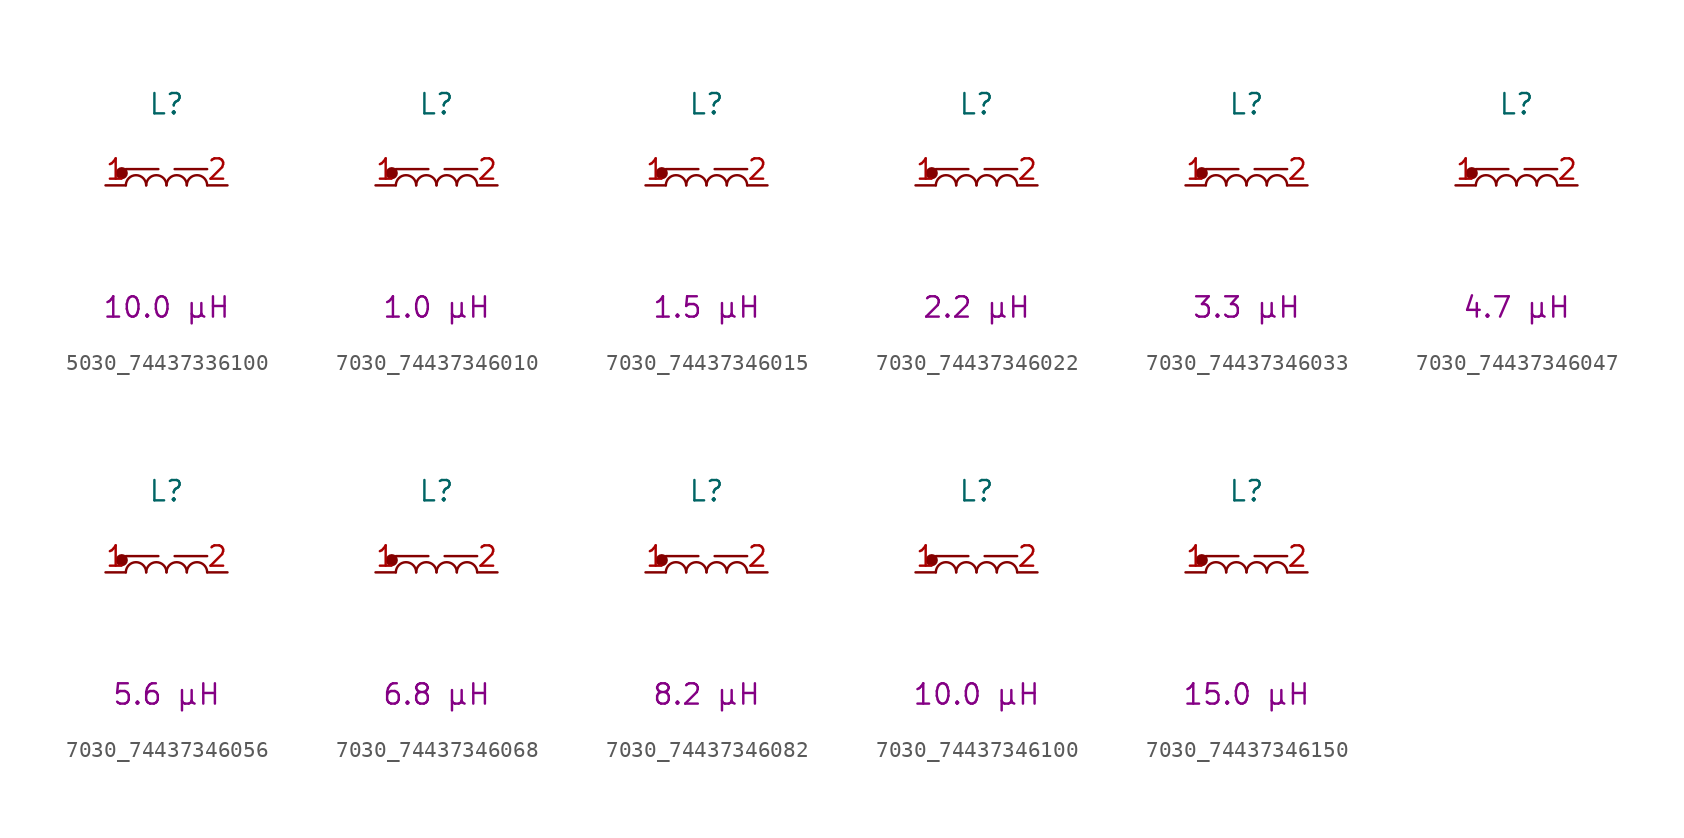
<source format=kicad_sym>
(kicad_symbol_lib
  (version 20220914)
  (generator kicad_symbol_editor)
  (symbol "5030_74437336100"
    (pin_names hide)
    (property "Reference" "L"
      (at 0 5.08 0)
      (effects (font (size 1.27 1.27))))
    (property "Critical Parameter" "10.0 µH"
      (at 0 -7.62 0)
      (effects (font (size 1.27 1.27))))
    (symbol "5030_74437336100_0_1"
      (arc (start -1.27 0) (mid -1.905 0.6323) (end -2.54 0) (stroke (width 0) (type default)) (fill (type none)))
      (arc (start 0 0) (mid -0.635 0.6323) (end -1.27 0) (stroke (width 0) (type default)) (fill (type none)))
      (polyline (pts (xy -2.54 1.016) (xy -0.508 1.016)) (stroke (width 0) (type default)) (fill (type none)))
      (arc (start 1.27 0) (mid 0.635 0.6323) (end 0 0) (stroke (width 0) (type default)) (fill (type none)))
      (arc (start 2.54 0) (mid 1.905 0.6323) (end 1.27 0) (stroke (width 0) (type default)) (fill (type none))))
    (symbol "5030_74437336100_1_1"
      (circle (center -2.794 0.762) (radius 0.0001) (stroke (width 0.381) (type default)) (fill (type none)))
      (polyline (pts (xy 2.54 1.016) (xy 0.508 1.016)) (stroke (width 0) (type default)) (fill (type none)))
      (pin passive line (at -3.81 0 0) (length 1.27) (name "1" (effects (font (size 1.27 1.27)))) (number "1" (effects (font (size 1.27 1.27)))))
      (pin passive line (at 3.81 0 180) (length 1.27) (name "2" (effects (font (size 1.27 1.27)))) (number "2" (effects (font (size 1.27 1.27)))))))
  (symbol "7030_74437346010"
    (pin_names hide)
    (property "Reference" "L"
      (at 0 5.08 0)
      (effects (font (size 1.27 1.27))))
    (property "Critical Parameter" "1.0 µH"
      (at 0 -7.62 0)
      (effects (font (size 1.27 1.27))))
    (symbol "7030_74437346010_0_1"
      (arc (start -1.27 0) (mid -1.905 0.6323) (end -2.54 0) (stroke (width 0) (type default)) (fill (type none)))
      (arc (start 0 0) (mid -0.635 0.6323) (end -1.27 0) (stroke (width 0) (type default)) (fill (type none)))
      (polyline (pts (xy -2.54 1.016) (xy -0.508 1.016)) (stroke (width 0) (type default)) (fill (type none)))
      (arc (start 1.27 0) (mid 0.635 0.6323) (end 0 0) (stroke (width 0) (type default)) (fill (type none)))
      (arc (start 2.54 0) (mid 1.905 0.6323) (end 1.27 0) (stroke (width 0) (type default)) (fill (type none))))
    (symbol "7030_74437346010_1_1"
      (circle (center -2.794 0.762) (radius 0.0001) (stroke (width 0.381) (type default)) (fill (type none)))
      (polyline (pts (xy 2.54 1.016) (xy 0.508 1.016)) (stroke (width 0) (type default)) (fill (type none)))
      (pin passive line (at -3.81 0 0) (length 1.27) (name "1" (effects (font (size 1.27 1.27)))) (number "1" (effects (font (size 1.27 1.27)))))
      (pin passive line (at 3.81 0 180) (length 1.27) (name "2" (effects (font (size 1.27 1.27)))) (number "2" (effects (font (size 1.27 1.27)))))))
  (symbol "7030_74437346015"
    (pin_names hide)
    (property "Reference" "L"
      (at 0 5.08 0)
      (effects (font (size 1.27 1.27))))
    (property "Critical Parameter" "1.5 µH"
      (at 0 -7.62 0)
      (effects (font (size 1.27 1.27))))
    (symbol "7030_74437346015_0_1"
      (arc (start -1.27 0) (mid -1.905 0.6323) (end -2.54 0) (stroke (width 0) (type default)) (fill (type none)))
      (arc (start 0 0) (mid -0.635 0.6323) (end -1.27 0) (stroke (width 0) (type default)) (fill (type none)))
      (polyline (pts (xy -2.54 1.016) (xy -0.508 1.016)) (stroke (width 0) (type default)) (fill (type none)))
      (arc (start 1.27 0) (mid 0.635 0.6323) (end 0 0) (stroke (width 0) (type default)) (fill (type none)))
      (arc (start 2.54 0) (mid 1.905 0.6323) (end 1.27 0) (stroke (width 0) (type default)) (fill (type none))))
    (symbol "7030_74437346015_1_1"
      (circle (center -2.794 0.762) (radius 0.0001) (stroke (width 0.381) (type default)) (fill (type none)))
      (polyline (pts (xy 2.54 1.016) (xy 0.508 1.016)) (stroke (width 0) (type default)) (fill (type none)))
      (pin passive line (at -3.81 0 0) (length 1.27) (name "1" (effects (font (size 1.27 1.27)))) (number "1" (effects (font (size 1.27 1.27)))))
      (pin passive line (at 3.81 0 180) (length 1.27) (name "2" (effects (font (size 1.27 1.27)))) (number "2" (effects (font (size 1.27 1.27)))))))
  (symbol "7030_74437346022"
    (pin_names hide)
    (property "Reference" "L"
      (at 0 5.08 0)
      (effects (font (size 1.27 1.27))))
    (property "Critical Parameter" "2.2 µH"
      (at 0 -7.62 0)
      (effects (font (size 1.27 1.27))))
    (symbol "7030_74437346022_0_1"
      (arc (start -1.27 0) (mid -1.905 0.6323) (end -2.54 0) (stroke (width 0) (type default)) (fill (type none)))
      (arc (start 0 0) (mid -0.635 0.6323) (end -1.27 0) (stroke (width 0) (type default)) (fill (type none)))
      (polyline (pts (xy -2.54 1.016) (xy -0.508 1.016)) (stroke (width 0) (type default)) (fill (type none)))
      (arc (start 1.27 0) (mid 0.635 0.6323) (end 0 0) (stroke (width 0) (type default)) (fill (type none)))
      (arc (start 2.54 0) (mid 1.905 0.6323) (end 1.27 0) (stroke (width 0) (type default)) (fill (type none))))
    (symbol "7030_74437346022_1_1"
      (circle (center -2.794 0.762) (radius 0.0001) (stroke (width 0.381) (type default)) (fill (type none)))
      (polyline (pts (xy 2.54 1.016) (xy 0.508 1.016)) (stroke (width 0) (type default)) (fill (type none)))
      (pin passive line (at -3.81 0 0) (length 1.27) (name "1" (effects (font (size 1.27 1.27)))) (number "1" (effects (font (size 1.27 1.27)))))
      (pin passive line (at 3.81 0 180) (length 1.27) (name "2" (effects (font (size 1.27 1.27)))) (number "2" (effects (font (size 1.27 1.27)))))))
  (symbol "7030_74437346033"
    (pin_names hide)
    (property "Reference" "L"
      (at 0 5.08 0)
      (effects (font (size 1.27 1.27))))
    (property "Critical Parameter" "3.3 µH"
      (at 0 -7.62 0)
      (effects (font (size 1.27 1.27))))
    (symbol "7030_74437346033_0_1"
      (arc (start -1.27 0) (mid -1.905 0.6323) (end -2.54 0) (stroke (width 0) (type default)) (fill (type none)))
      (arc (start 0 0) (mid -0.635 0.6323) (end -1.27 0) (stroke (width 0) (type default)) (fill (type none)))
      (polyline (pts (xy -2.54 1.016) (xy -0.508 1.016)) (stroke (width 0) (type default)) (fill (type none)))
      (arc (start 1.27 0) (mid 0.635 0.6323) (end 0 0) (stroke (width 0) (type default)) (fill (type none)))
      (arc (start 2.54 0) (mid 1.905 0.6323) (end 1.27 0) (stroke (width 0) (type default)) (fill (type none))))
    (symbol "7030_74437346033_1_1"
      (circle (center -2.794 0.762) (radius 0.0001) (stroke (width 0.381) (type default)) (fill (type none)))
      (polyline (pts (xy 2.54 1.016) (xy 0.508 1.016)) (stroke (width 0) (type default)) (fill (type none)))
      (pin passive line (at -3.81 0 0) (length 1.27) (name "1" (effects (font (size 1.27 1.27)))) (number "1" (effects (font (size 1.27 1.27)))))
      (pin passive line (at 3.81 0 180) (length 1.27) (name "2" (effects (font (size 1.27 1.27)))) (number "2" (effects (font (size 1.27 1.27)))))))
  (symbol "7030_74437346047"
    (pin_names hide)
    (property "Reference" "L"
      (at 0 5.08 0)
      (effects (font (size 1.27 1.27))))
    (property "Critical Parameter" "4.7 µH"
      (at 0 -7.62 0)
      (effects (font (size 1.27 1.27))))
    (symbol "7030_74437346047_0_1"
      (arc (start -1.27 0) (mid -1.905 0.6323) (end -2.54 0) (stroke (width 0) (type default)) (fill (type none)))
      (arc (start 0 0) (mid -0.635 0.6323) (end -1.27 0) (stroke (width 0) (type default)) (fill (type none)))
      (polyline (pts (xy -2.54 1.016) (xy -0.508 1.016)) (stroke (width 0) (type default)) (fill (type none)))
      (arc (start 1.27 0) (mid 0.635 0.6323) (end 0 0) (stroke (width 0) (type default)) (fill (type none)))
      (arc (start 2.54 0) (mid 1.905 0.6323) (end 1.27 0) (stroke (width 0) (type default)) (fill (type none))))
    (symbol "7030_74437346047_1_1"
      (circle (center -2.794 0.762) (radius 0.0001) (stroke (width 0.381) (type default)) (fill (type none)))
      (polyline (pts (xy 2.54 1.016) (xy 0.508 1.016)) (stroke (width 0) (type default)) (fill (type none)))
      (pin passive line (at -3.81 0 0) (length 1.27) (name "1" (effects (font (size 1.27 1.27)))) (number "1" (effects (font (size 1.27 1.27)))))
      (pin passive line (at 3.81 0 180) (length 1.27) (name "2" (effects (font (size 1.27 1.27)))) (number "2" (effects (font (size 1.27 1.27)))))))
  (symbol "7030_74437346056"
    (pin_names hide)
    (property "Reference" "L"
      (at 0 5.08 0)
      (effects (font (size 1.27 1.27))))
    (property "Critical Parameter" "5.6 µH"
      (at 0 -7.62 0)
      (effects (font (size 1.27 1.27))))
    (symbol "7030_74437346056_0_1"
      (arc (start -1.27 0) (mid -1.905 0.6323) (end -2.54 0) (stroke (width 0) (type default)) (fill (type none)))
      (arc (start 0 0) (mid -0.635 0.6323) (end -1.27 0) (stroke (width 0) (type default)) (fill (type none)))
      (polyline (pts (xy -2.54 1.016) (xy -0.508 1.016)) (stroke (width 0) (type default)) (fill (type none)))
      (arc (start 1.27 0) (mid 0.635 0.6323) (end 0 0) (stroke (width 0) (type default)) (fill (type none)))
      (arc (start 2.54 0) (mid 1.905 0.6323) (end 1.27 0) (stroke (width 0) (type default)) (fill (type none))))
    (symbol "7030_74437346056_1_1"
      (circle (center -2.794 0.762) (radius 0.0001) (stroke (width 0.381) (type default)) (fill (type none)))
      (polyline (pts (xy 2.54 1.016) (xy 0.508 1.016)) (stroke (width 0) (type default)) (fill (type none)))
      (pin passive line (at -3.81 0 0) (length 1.27) (name "1" (effects (font (size 1.27 1.27)))) (number "1" (effects (font (size 1.27 1.27)))))
      (pin passive line (at 3.81 0 180) (length 1.27) (name "2" (effects (font (size 1.27 1.27)))) (number "2" (effects (font (size 1.27 1.27)))))))
  (symbol "7030_74437346068"
    (pin_names hide)
    (property "Reference" "L"
      (at 0 5.08 0)
      (effects (font (size 1.27 1.27))))
    (property "Critical Parameter" "6.8 µH"
      (at 0 -7.62 0)
      (effects (font (size 1.27 1.27))))
    (symbol "7030_74437346068_0_1"
      (arc (start -1.27 0) (mid -1.905 0.6323) (end -2.54 0) (stroke (width 0) (type default)) (fill (type none)))
      (arc (start 0 0) (mid -0.635 0.6323) (end -1.27 0) (stroke (width 0) (type default)) (fill (type none)))
      (polyline (pts (xy -2.54 1.016) (xy -0.508 1.016)) (stroke (width 0) (type default)) (fill (type none)))
      (arc (start 1.27 0) (mid 0.635 0.6323) (end 0 0) (stroke (width 0) (type default)) (fill (type none)))
      (arc (start 2.54 0) (mid 1.905 0.6323) (end 1.27 0) (stroke (width 0) (type default)) (fill (type none))))
    (symbol "7030_74437346068_1_1"
      (circle (center -2.794 0.762) (radius 0.0001) (stroke (width 0.381) (type default)) (fill (type none)))
      (polyline (pts (xy 2.54 1.016) (xy 0.508 1.016)) (stroke (width 0) (type default)) (fill (type none)))
      (pin passive line (at -3.81 0 0) (length 1.27) (name "1" (effects (font (size 1.27 1.27)))) (number "1" (effects (font (size 1.27 1.27)))))
      (pin passive line (at 3.81 0 180) (length 1.27) (name "2" (effects (font (size 1.27 1.27)))) (number "2" (effects (font (size 1.27 1.27)))))))
  (symbol "7030_74437346082"
    (pin_names hide)
    (property "Reference" "L"
      (at 0 5.08 0)
      (effects (font (size 1.27 1.27))))
    (property "Critical Parameter" "8.2 µH"
      (at 0 -7.62 0)
      (effects (font (size 1.27 1.27))))
    (symbol "7030_74437346082_0_1"
      (arc (start -1.27 0) (mid -1.905 0.6323) (end -2.54 0) (stroke (width 0) (type default)) (fill (type none)))
      (arc (start 0 0) (mid -0.635 0.6323) (end -1.27 0) (stroke (width 0) (type default)) (fill (type none)))
      (polyline (pts (xy -2.54 1.016) (xy -0.508 1.016)) (stroke (width 0) (type default)) (fill (type none)))
      (arc (start 1.27 0) (mid 0.635 0.6323) (end 0 0) (stroke (width 0) (type default)) (fill (type none)))
      (arc (start 2.54 0) (mid 1.905 0.6323) (end 1.27 0) (stroke (width 0) (type default)) (fill (type none))))
    (symbol "7030_74437346082_1_1"
      (circle (center -2.794 0.762) (radius 0.0001) (stroke (width 0.381) (type default)) (fill (type none)))
      (polyline (pts (xy 2.54 1.016) (xy 0.508 1.016)) (stroke (width 0) (type default)) (fill (type none)))
      (pin passive line (at -3.81 0 0) (length 1.27) (name "1" (effects (font (size 1.27 1.27)))) (number "1" (effects (font (size 1.27 1.27)))))
      (pin passive line (at 3.81 0 180) (length 1.27) (name "2" (effects (font (size 1.27 1.27)))) (number "2" (effects (font (size 1.27 1.27)))))))
  (symbol "7030_74437346100"
    (pin_names hide)
    (property "Reference" "L"
      (at 0 5.08 0)
      (effects (font (size 1.27 1.27))))
    (property "Critical Parameter" "10.0 µH"
      (at 0 -7.62 0)
      (effects (font (size 1.27 1.27))))
    (symbol "7030_74437346100_0_1"
      (arc (start -1.27 0) (mid -1.905 0.6323) (end -2.54 0) (stroke (width 0) (type default)) (fill (type none)))
      (arc (start 0 0) (mid -0.635 0.6323) (end -1.27 0) (stroke (width 0) (type default)) (fill (type none)))
      (polyline (pts (xy -2.54 1.016) (xy -0.508 1.016)) (stroke (width 0) (type default)) (fill (type none)))
      (arc (start 1.27 0) (mid 0.635 0.6323) (end 0 0) (stroke (width 0) (type default)) (fill (type none)))
      (arc (start 2.54 0) (mid 1.905 0.6323) (end 1.27 0) (stroke (width 0) (type default)) (fill (type none))))
    (symbol "7030_74437346100_1_1"
      (circle (center -2.794 0.762) (radius 0.0001) (stroke (width 0.381) (type default)) (fill (type none)))
      (polyline (pts (xy 2.54 1.016) (xy 0.508 1.016)) (stroke (width 0) (type default)) (fill (type none)))
      (pin passive line (at -3.81 0 0) (length 1.27) (name "1" (effects (font (size 1.27 1.27)))) (number "1" (effects (font (size 1.27 1.27)))))
      (pin passive line (at 3.81 0 180) (length 1.27) (name "2" (effects (font (size 1.27 1.27)))) (number "2" (effects (font (size 1.27 1.27)))))))
  (symbol "7030_74437346150"
    (pin_names hide)
    (property "Reference" "L"
      (at 0 5.08 0)
      (effects (font (size 1.27 1.27))))
    (property "Critical Parameter" "15.0 µH"
      (at 0 -7.62 0)
      (effects (font (size 1.27 1.27))))
    (symbol "7030_74437346150_0_1"
      (arc (start -1.27 0) (mid -1.905 0.6323) (end -2.54 0) (stroke (width 0) (type default)) (fill (type none)))
      (arc (start 0 0) (mid -0.635 0.6323) (end -1.27 0) (stroke (width 0) (type default)) (fill (type none)))
      (polyline (pts (xy -2.54 1.016) (xy -0.508 1.016)) (stroke (width 0) (type default)) (fill (type none)))
      (arc (start 1.27 0) (mid 0.635 0.6323) (end 0 0) (stroke (width 0) (type default)) (fill (type none)))
      (arc (start 2.54 0) (mid 1.905 0.6323) (end 1.27 0) (stroke (width 0) (type default)) (fill (type none))))
    (symbol "7030_74437346150_1_1"
      (circle (center -2.794 0.762) (radius 0.0001) (stroke (width 0.381) (type default)) (fill (type none)))
      (polyline (pts (xy 2.54 1.016) (xy 0.508 1.016)) (stroke (width 0) (type default)) (fill (type none)))
      (pin passive line (at -3.81 0 0) (length 1.27) (name "1" (effects (font (size 1.27 1.27)))) (number "1" (effects (font (size 1.27 1.27)))))
      (pin passive line (at 3.81 0 180) (length 1.27) (name "2" (effects (font (size 1.27 1.27)))) (number "2" (effects (font (size 1.27 1.27))))))))
</source>
